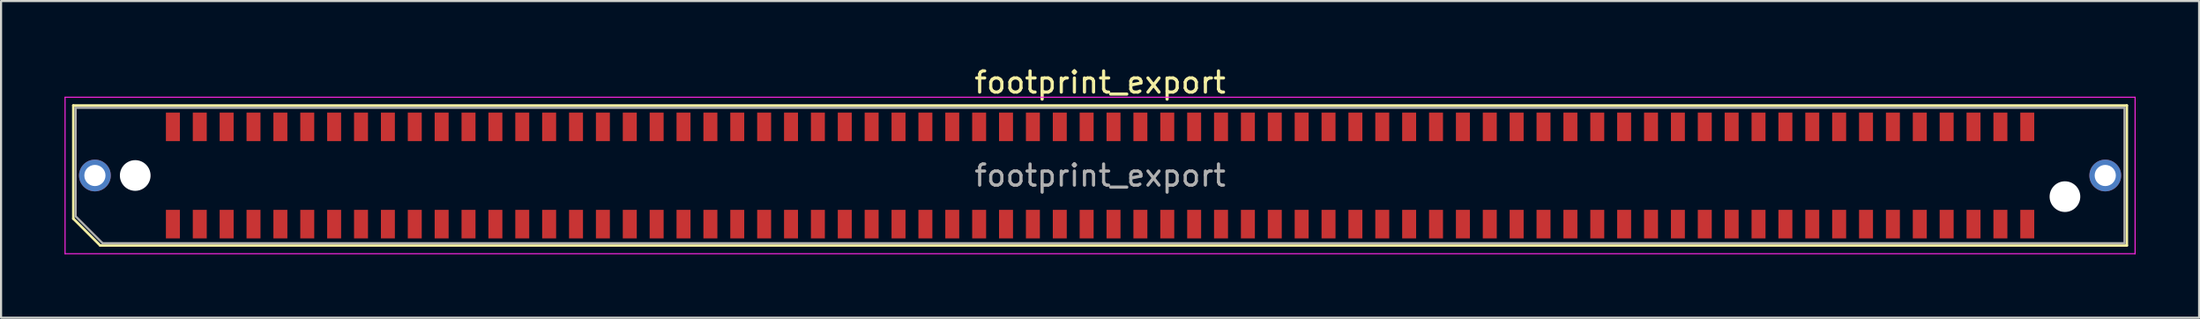
<source format=kicad_pcb>
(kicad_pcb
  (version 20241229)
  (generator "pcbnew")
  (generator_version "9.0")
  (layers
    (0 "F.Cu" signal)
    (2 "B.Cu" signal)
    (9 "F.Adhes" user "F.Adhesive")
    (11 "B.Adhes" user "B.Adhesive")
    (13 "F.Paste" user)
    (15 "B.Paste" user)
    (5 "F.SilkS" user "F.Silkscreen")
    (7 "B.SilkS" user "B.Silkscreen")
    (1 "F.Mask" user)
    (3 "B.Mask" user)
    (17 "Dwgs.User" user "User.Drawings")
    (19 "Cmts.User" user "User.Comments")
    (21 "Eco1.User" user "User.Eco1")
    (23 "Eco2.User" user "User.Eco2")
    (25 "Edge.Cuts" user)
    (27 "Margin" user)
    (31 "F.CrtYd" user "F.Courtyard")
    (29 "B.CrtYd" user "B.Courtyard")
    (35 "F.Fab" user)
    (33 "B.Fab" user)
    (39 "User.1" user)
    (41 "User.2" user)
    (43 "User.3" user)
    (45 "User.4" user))
  (footprint "footprint_export"
    (layer "F.Cu")
    (at 48.935 5.248)
    (property "Reference" "footprint_export" (at 0 -4.4 0) (layer "F.SilkS") (effects (font (size 1 1) (thickness 0.15))))
    (attr smd)
    (fp_line (start -48.52 -3.31) (end 48.52 -3.31) (stroke (width 0.12) (type solid)) (layer "F.SilkS"))
    (fp_line (start -48.52 2.04) (end -48.52 -3.31) (stroke (width 0.12) (type solid)) (layer "F.SilkS"))
    (fp_line (start -47.25 3.31) (end -48.52 2.04) (stroke (width 0.12) (type solid)) (layer "F.SilkS"))
    (fp_line (start -47.25 3.31) (end 48.52 3.31) (stroke (width 0.12) (type solid)) (layer "F.SilkS"))
    (fp_line (start 48.52 3.31) (end 48.52 -3.31) (stroke (width 0.12) (type solid)) (layer "F.SilkS"))
    (fp_line (start -48.91 -3.7) (end -48.91 3.7) (stroke (width 0.05) (type solid)) (layer "F.CrtYd"))
    (fp_line (start -48.91 3.7) (end 48.91 3.7) (stroke (width 0.05) (type solid)) (layer "F.CrtYd"))
    (fp_line (start 48.91 -3.7) (end -48.91 -3.7) (stroke (width 0.05) (type solid)) (layer "F.CrtYd"))
    (fp_line (start 48.91 3.7) (end 48.91 -3.7) (stroke (width 0.05) (type solid)) (layer "F.CrtYd"))
    (fp_line (start -48.41 -3.2) (end 48.41 -3.2) (stroke (width 0.1) (type solid)) (layer "F.Fab"))
    (fp_line (start -48.41 1.93) (end -48.41 -3.2) (stroke (width 0.1) (type solid)) (layer "F.Fab"))
    (fp_line (start -48.41 1.93) (end -47.14 3.2) (stroke (width 0.1) (type solid)) (layer "F.Fab"))
    (fp_line (start -47.14 3.2) (end 48.41 3.2) (stroke (width 0.1) (type solid)) (layer "F.Fab"))
    (fp_line (start 48.41 3.2) (end 48.41 -3.2) (stroke (width 0.1) (type solid)) (layer "F.Fab"))
    (fp_text user "${REFERENCE}" (at 0 0 0) (layer "F.Fab") (effects (font (size 1 1) (thickness 0.15))))
    (pad "" thru_hole circle (at -47.5 0) (size 1.5 1.5) (drill 1) (layers "*.Cu" "*.Mask"))
    (pad "" np_thru_hole circle (at -45.595 0) (size 1.45 1.45) (drill 1.45) (layers "*.Cu" "*.Mask"))
    (pad "" np_thru_hole circle (at 45.595 1) (size 1.45 1.45) (drill 1.45) (layers "*.Cu" "*.Mask"))
    (pad "" thru_hole circle (at 47.5 0) (size 1.5 1.5) (drill 1) (layers "*.Cu" "*.Mask"))
    (pad "1" smd rect (at -43.815 2.3) (size 0.66 1.35) (layers "F.Cu" "F.Mask" "F.Paste"))
    (pad "2" smd rect (at -43.815 -2.3) (size 0.66 1.35) (layers "F.Cu" "F.Mask" "F.Paste"))
    (pad "3" smd rect (at -42.545 2.3) (size 0.66 1.35) (layers "F.Cu" "F.Mask" "F.Paste"))
    (pad "4" smd rect (at -42.545 -2.3) (size 0.66 1.35) (layers "F.Cu" "F.Mask" "F.Paste"))
    (pad "5" smd rect (at -41.275 2.3) (size 0.66 1.35) (layers "F.Cu" "F.Mask" "F.Paste"))
    (pad "6" smd rect (at -41.275 -2.3) (size 0.66 1.35) (layers "F.Cu" "F.Mask" "F.Paste"))
    (pad "7" smd rect (at -40.005 2.3) (size 0.66 1.35) (layers "F.Cu" "F.Mask" "F.Paste"))
    (pad "8" smd rect (at -40.005 -2.3) (size 0.66 1.35) (layers "F.Cu" "F.Mask" "F.Paste"))
    (pad "9" smd rect (at -38.735 2.3) (size 0.66 1.35) (layers "F.Cu" "F.Mask" "F.Paste"))
    (pad "10" smd rect (at -38.735 -2.3) (size 0.66 1.35) (layers "F.Cu" "F.Mask" "F.Paste"))
    (pad "11" smd rect (at -37.465 2.3) (size 0.66 1.35) (layers "F.Cu" "F.Mask" "F.Paste"))
    (pad "12" smd rect (at -37.465 -2.3) (size 0.66 1.35) (layers "F.Cu" "F.Mask" "F.Paste"))
    (pad "13" smd rect (at -36.195 2.3) (size 0.66 1.35) (layers "F.Cu" "F.Mask" "F.Paste"))
    (pad "14" smd rect (at -36.195 -2.3) (size 0.66 1.35) (layers "F.Cu" "F.Mask" "F.Paste"))
    (pad "15" smd rect (at -34.925 2.3) (size 0.66 1.35) (layers "F.Cu" "F.Mask" "F.Paste"))
    (pad "16" smd rect (at -34.925 -2.3) (size 0.66 1.35) (layers "F.Cu" "F.Mask" "F.Paste"))
    (pad "17" smd rect (at -33.655 2.3) (size 0.66 1.35) (layers "F.Cu" "F.Mask" "F.Paste"))
    (pad "18" smd rect (at -33.655 -2.3) (size 0.66 1.35) (layers "F.Cu" "F.Mask" "F.Paste"))
    (pad "19" smd rect (at -32.385 2.3) (size 0.66 1.35) (layers "F.Cu" "F.Mask" "F.Paste"))
    (pad "20" smd rect (at -32.385 -2.3) (size 0.66 1.35) (layers "F.Cu" "F.Mask" "F.Paste"))
    (pad "21" smd rect (at -31.115 2.3) (size 0.66 1.35) (layers "F.Cu" "F.Mask" "F.Paste"))
    (pad "22" smd rect (at -31.115 -2.3) (size 0.66 1.35) (layers "F.Cu" "F.Mask" "F.Paste"))
    (pad "23" smd rect (at -29.845 2.3) (size 0.66 1.35) (layers "F.Cu" "F.Mask" "F.Paste"))
    (pad "24" smd rect (at -29.845 -2.3) (size 0.66 1.35) (layers "F.Cu" "F.Mask" "F.Paste"))
    (pad "25" smd rect (at -28.575 2.3) (size 0.66 1.35) (layers "F.Cu" "F.Mask" "F.Paste"))
    (pad "26" smd rect (at -28.575 -2.3) (size 0.66 1.35) (layers "F.Cu" "F.Mask" "F.Paste"))
    (pad "27" smd rect (at -27.305 2.3) (size 0.66 1.35) (layers "F.Cu" "F.Mask" "F.Paste"))
    (pad "28" smd rect (at -27.305 -2.3) (size 0.66 1.35) (layers "F.Cu" "F.Mask" "F.Paste"))
    (pad "29" smd rect (at -26.035 2.3) (size 0.66 1.35) (layers "F.Cu" "F.Mask" "F.Paste"))
    (pad "30" smd rect (at -26.035 -2.3) (size 0.66 1.35) (layers "F.Cu" "F.Mask" "F.Paste"))
    (pad "31" smd rect (at -24.765 2.3) (size 0.66 1.35) (layers "F.Cu" "F.Mask" "F.Paste"))
    (pad "32" smd rect (at -24.765 -2.3) (size 0.66 1.35) (layers "F.Cu" "F.Mask" "F.Paste"))
    (pad "33" smd rect (at -23.495 2.3) (size 0.66 1.35) (layers "F.Cu" "F.Mask" "F.Paste"))
    (pad "34" smd rect (at -23.495 -2.3) (size 0.66 1.35) (layers "F.Cu" "F.Mask" "F.Paste"))
    (pad "35" smd rect (at -22.225 2.3) (size 0.66 1.35) (layers "F.Cu" "F.Mask" "F.Paste"))
    (pad "36" smd rect (at -22.225 -2.3) (size 0.66 1.35) (layers "F.Cu" "F.Mask" "F.Paste"))
    (pad "37" smd rect (at -20.955 2.3) (size 0.66 1.35) (layers "F.Cu" "F.Mask" "F.Paste"))
    (pad "38" smd rect (at -20.955 -2.3) (size 0.66 1.35) (layers "F.Cu" "F.Mask" "F.Paste"))
    (pad "39" smd rect (at -19.685 2.3) (size 0.66 1.35) (layers "F.Cu" "F.Mask" "F.Paste"))
    (pad "40" smd rect (at -19.685 -2.3) (size 0.66 1.35) (layers "F.Cu" "F.Mask" "F.Paste"))
    (pad "41" smd rect (at -18.415 2.3) (size 0.66 1.35) (layers "F.Cu" "F.Mask" "F.Paste"))
    (pad "42" smd rect (at -18.415 -2.3) (size 0.66 1.35) (layers "F.Cu" "F.Mask" "F.Paste"))
    (pad "43" smd rect (at -17.145 2.3) (size 0.66 1.35) (layers "F.Cu" "F.Mask" "F.Paste"))
    (pad "44" smd rect (at -17.145 -2.3) (size 0.66 1.35) (layers "F.Cu" "F.Mask" "F.Paste"))
    (pad "45" smd rect (at -15.875 2.3) (size 0.66 1.35) (layers "F.Cu" "F.Mask" "F.Paste"))
    (pad "46" smd rect (at -15.875 -2.3) (size 0.66 1.35) (layers "F.Cu" "F.Mask" "F.Paste"))
    (pad "47" smd rect (at -14.605 2.3) (size 0.66 1.35) (layers "F.Cu" "F.Mask" "F.Paste"))
    (pad "48" smd rect (at -14.605 -2.3) (size 0.66 1.35) (layers "F.Cu" "F.Mask" "F.Paste"))
    (pad "49" smd rect (at -13.335 2.3) (size 0.66 1.35) (layers "F.Cu" "F.Mask" "F.Paste"))
    (pad "50" smd rect (at -13.335 -2.3) (size 0.66 1.35) (layers "F.Cu" "F.Mask" "F.Paste"))
    (pad "51" smd rect (at -12.065 2.3) (size 0.66 1.35) (layers "F.Cu" "F.Mask" "F.Paste"))
    (pad "52" smd rect (at -12.065 -2.3) (size 0.66 1.35) (layers "F.Cu" "F.Mask" "F.Paste"))
    (pad "53" smd rect (at -10.795 2.3) (size 0.66 1.35) (layers "F.Cu" "F.Mask" "F.Paste"))
    (pad "54" smd rect (at -10.795 -2.3) (size 0.66 1.35) (layers "F.Cu" "F.Mask" "F.Paste"))
    (pad "55" smd rect (at -9.525 2.3) (size 0.66 1.35) (layers "F.Cu" "F.Mask" "F.Paste"))
    (pad "56" smd rect (at -9.525 -2.3) (size 0.66 1.35) (layers "F.Cu" "F.Mask" "F.Paste"))
    (pad "57" smd rect (at -8.255 2.3) (size 0.66 1.35) (layers "F.Cu" "F.Mask" "F.Paste"))
    (pad "58" smd rect (at -8.255 -2.3) (size 0.66 1.35) (layers "F.Cu" "F.Mask" "F.Paste"))
    (pad "59" smd rect (at -6.985 2.3) (size 0.66 1.35) (layers "F.Cu" "F.Mask" "F.Paste"))
    (pad "60" smd rect (at -6.985 -2.3) (size 0.66 1.35) (layers "F.Cu" "F.Mask" "F.Paste"))
    (pad "61" smd rect (at -5.715 2.3) (size 0.66 1.35) (layers "F.Cu" "F.Mask" "F.Paste"))
    (pad "62" smd rect (at -5.715 -2.3) (size 0.66 1.35) (layers "F.Cu" "F.Mask" "F.Paste"))
    (pad "63" smd rect (at -4.445 2.3) (size 0.66 1.35) (layers "F.Cu" "F.Mask" "F.Paste"))
    (pad "64" smd rect (at -4.445 -2.3) (size 0.66 1.35) (layers "F.Cu" "F.Mask" "F.Paste"))
    (pad "65" smd rect (at -3.175 2.3) (size 0.66 1.35) (layers "F.Cu" "F.Mask" "F.Paste"))
    (pad "66" smd rect (at -3.175 -2.3) (size 0.66 1.35) (layers "F.Cu" "F.Mask" "F.Paste"))
    (pad "67" smd rect (at -1.905 2.3) (size 0.66 1.35) (layers "F.Cu" "F.Mask" "F.Paste"))
    (pad "68" smd rect (at -1.905 -2.3) (size 0.66 1.35) (layers "F.Cu" "F.Mask" "F.Paste"))
    (pad "69" smd rect (at -0.635 2.3) (size 0.66 1.35) (layers "F.Cu" "F.Mask" "F.Paste"))
    (pad "70" smd rect (at -0.635 -2.3) (size 0.66 1.35) (layers "F.Cu" "F.Mask" "F.Paste"))
    (pad "71" smd rect (at 0.635 2.3) (size 0.66 1.35) (layers "F.Cu" "F.Mask" "F.Paste"))
    (pad "72" smd rect (at 0.635 -2.3) (size 0.66 1.35) (layers "F.Cu" "F.Mask" "F.Paste"))
    (pad "73" smd rect (at 1.905 2.3) (size 0.66 1.35) (layers "F.Cu" "F.Mask" "F.Paste"))
    (pad "74" smd rect (at 1.905 -2.3) (size 0.66 1.35) (layers "F.Cu" "F.Mask" "F.Paste"))
    (pad "75" smd rect (at 3.175 2.3) (size 0.66 1.35) (layers "F.Cu" "F.Mask" "F.Paste"))
    (pad "76" smd rect (at 3.175 -2.3) (size 0.66 1.35) (layers "F.Cu" "F.Mask" "F.Paste"))
    (pad "77" smd rect (at 4.445 2.3) (size 0.66 1.35) (layers "F.Cu" "F.Mask" "F.Paste"))
    (pad "78" smd rect (at 4.445 -2.3) (size 0.66 1.35) (layers "F.Cu" "F.Mask" "F.Paste"))
    (pad "79" smd rect (at 5.715 2.3) (size 0.66 1.35) (layers "F.Cu" "F.Mask" "F.Paste"))
    (pad "80" smd rect (at 5.715 -2.3) (size 0.66 1.35) (layers "F.Cu" "F.Mask" "F.Paste"))
    (pad "81" smd rect (at 6.985 2.3) (size 0.66 1.35) (layers "F.Cu" "F.Mask" "F.Paste"))
    (pad "82" smd rect (at 6.985 -2.3) (size 0.66 1.35) (layers "F.Cu" "F.Mask" "F.Paste"))
    (pad "83" smd rect (at 8.255 2.3) (size 0.66 1.35) (layers "F.Cu" "F.Mask" "F.Paste"))
    (pad "84" smd rect (at 8.255 -2.3) (size 0.66 1.35) (layers "F.Cu" "F.Mask" "F.Paste"))
    (pad "85" smd rect (at 9.525 2.3) (size 0.66 1.35) (layers "F.Cu" "F.Mask" "F.Paste"))
    (pad "86" smd rect (at 9.525 -2.3) (size 0.66 1.35) (layers "F.Cu" "F.Mask" "F.Paste"))
    (pad "87" smd rect (at 10.795 2.3) (size 0.66 1.35) (layers "F.Cu" "F.Mask" "F.Paste"))
    (pad "88" smd rect (at 10.795 -2.3) (size 0.66 1.35) (layers "F.Cu" "F.Mask" "F.Paste"))
    (pad "89" smd rect (at 12.065 2.3) (size 0.66 1.35) (layers "F.Cu" "F.Mask" "F.Paste"))
    (pad "90" smd rect (at 12.065 -2.3) (size 0.66 1.35) (layers "F.Cu" "F.Mask" "F.Paste"))
    (pad "91" smd rect (at 13.335 2.3) (size 0.66 1.35) (layers "F.Cu" "F.Mask" "F.Paste"))
    (pad "92" smd rect (at 13.335 -2.3) (size 0.66 1.35) (layers "F.Cu" "F.Mask" "F.Paste"))
    (pad "93" smd rect (at 14.605 2.3) (size 0.66 1.35) (layers "F.Cu" "F.Mask" "F.Paste"))
    (pad "94" smd rect (at 14.605 -2.3) (size 0.66 1.35) (layers "F.Cu" "F.Mask" "F.Paste"))
    (pad "95" smd rect (at 15.875 2.3) (size 0.66 1.35) (layers "F.Cu" "F.Mask" "F.Paste"))
    (pad "96" smd rect (at 15.875 -2.3) (size 0.66 1.35) (layers "F.Cu" "F.Mask" "F.Paste"))
    (pad "97" smd rect (at 17.145 2.3) (size 0.66 1.35) (layers "F.Cu" "F.Mask" "F.Paste"))
    (pad "98" smd rect (at 17.145 -2.3) (size 0.66 1.35) (layers "F.Cu" "F.Mask" "F.Paste"))
    (pad "99" smd rect (at 18.415 2.3) (size 0.66 1.35) (layers "F.Cu" "F.Mask" "F.Paste"))
    (pad "100" smd rect (at 18.415 -2.3) (size 0.66 1.35) (layers "F.Cu" "F.Mask" "F.Paste"))
    (pad "101" smd rect (at 19.685 2.3) (size 0.66 1.35) (layers "F.Cu" "F.Mask" "F.Paste"))
    (pad "102" smd rect (at 19.685 -2.3) (size 0.66 1.35) (layers "F.Cu" "F.Mask" "F.Paste"))
    (pad "103" smd rect (at 20.955 2.3) (size 0.66 1.35) (layers "F.Cu" "F.Mask" "F.Paste"))
    (pad "104" smd rect (at 20.955 -2.3) (size 0.66 1.35) (layers "F.Cu" "F.Mask" "F.Paste"))
    (pad "105" smd rect (at 22.225 2.3) (size 0.66 1.35) (layers "F.Cu" "F.Mask" "F.Paste"))
    (pad "106" smd rect (at 22.225 -2.3) (size 0.66 1.35) (layers "F.Cu" "F.Mask" "F.Paste"))
    (pad "107" smd rect (at 23.495 2.3) (size 0.66 1.35) (layers "F.Cu" "F.Mask" "F.Paste"))
    (pad "108" smd rect (at 23.495 -2.3) (size 0.66 1.35) (layers "F.Cu" "F.Mask" "F.Paste"))
    (pad "109" smd rect (at 24.765 2.3) (size 0.66 1.35) (layers "F.Cu" "F.Mask" "F.Paste"))
    (pad "110" smd rect (at 24.765 -2.3) (size 0.66 1.35) (layers "F.Cu" "F.Mask" "F.Paste"))
    (pad "111" smd rect (at 26.035 2.3) (size 0.66 1.35) (layers "F.Cu" "F.Mask" "F.Paste"))
    (pad "112" smd rect (at 26.035 -2.3) (size 0.66 1.35) (layers "F.Cu" "F.Mask" "F.Paste"))
    (pad "113" smd rect (at 27.305 2.3) (size 0.66 1.35) (layers "F.Cu" "F.Mask" "F.Paste"))
    (pad "114" smd rect (at 27.305 -2.3) (size 0.66 1.35) (layers "F.Cu" "F.Mask" "F.Paste"))
    (pad "115" smd rect (at 28.575 2.3) (size 0.66 1.35) (layers "F.Cu" "F.Mask" "F.Paste"))
    (pad "116" smd rect (at 28.575 -2.3) (size 0.66 1.35) (layers "F.Cu" "F.Mask" "F.Paste"))
    (pad "117" smd rect (at 29.845 2.3) (size 0.66 1.35) (layers "F.Cu" "F.Mask" "F.Paste"))
    (pad "118" smd rect (at 29.845 -2.3) (size 0.66 1.35) (layers "F.Cu" "F.Mask" "F.Paste"))
    (pad "119" smd rect (at 31.115 2.3) (size 0.66 1.35) (layers "F.Cu" "F.Mask" "F.Paste"))
    (pad "120" smd rect (at 31.115 -2.3) (size 0.66 1.35) (layers "F.Cu" "F.Mask" "F.Paste"))
    (pad "121" smd rect (at 32.385 2.3) (size 0.66 1.35) (layers "F.Cu" "F.Mask" "F.Paste"))
    (pad "122" smd rect (at 32.385 -2.3) (size 0.66 1.35) (layers "F.Cu" "F.Mask" "F.Paste"))
    (pad "123" smd rect (at 33.655 2.3) (size 0.66 1.35) (layers "F.Cu" "F.Mask" "F.Paste"))
    (pad "124" smd rect (at 33.655 -2.3) (size 0.66 1.35) (layers "F.Cu" "F.Mask" "F.Paste"))
    (pad "125" smd rect (at 34.925 2.3) (size 0.66 1.35) (layers "F.Cu" "F.Mask" "F.Paste"))
    (pad "126" smd rect (at 34.925 -2.3) (size 0.66 1.35) (layers "F.Cu" "F.Mask" "F.Paste"))
    (pad "127" smd rect (at 36.195 2.3) (size 0.66 1.35) (layers "F.Cu" "F.Mask" "F.Paste"))
    (pad "128" smd rect (at 36.195 -2.3) (size 0.66 1.35) (layers "F.Cu" "F.Mask" "F.Paste"))
    (pad "129" smd rect (at 37.465 2.3) (size 0.66 1.35) (layers "F.Cu" "F.Mask" "F.Paste"))
    (pad "130" smd rect (at 37.465 -2.3) (size 0.66 1.35) (layers "F.Cu" "F.Mask" "F.Paste"))
    (pad "131" smd rect (at 38.735 2.3) (size 0.66 1.35) (layers "F.Cu" "F.Mask" "F.Paste"))
    (pad "132" smd rect (at 38.735 -2.3) (size 0.66 1.35) (layers "F.Cu" "F.Mask" "F.Paste"))
    (pad "133" smd rect (at 40.005 2.3) (size 0.66 1.35) (layers "F.Cu" "F.Mask" "F.Paste"))
    (pad "134" smd rect (at 40.005 -2.3) (size 0.66 1.35) (layers "F.Cu" "F.Mask" "F.Paste"))
    (pad "135" smd rect (at 41.275 2.3) (size 0.66 1.35) (layers "F.Cu" "F.Mask" "F.Paste"))
    (pad "136" smd rect (at 41.275 -2.3) (size 0.66 1.35) (layers "F.Cu" "F.Mask" "F.Paste"))
    (pad "137" smd rect (at 42.545 2.3) (size 0.66 1.35) (layers "F.Cu" "F.Mask" "F.Paste"))
    (pad "138" smd rect (at 42.545 -2.3) (size 0.66 1.35) (layers "F.Cu" "F.Mask" "F.Paste"))
    (pad "139" smd rect (at 43.815 2.3) (size 0.66 1.35) (layers "F.Cu" "F.Mask" "F.Paste"))
    (pad "140" smd rect (at 43.815 -2.3) (size 0.66 1.35) (layers "F.Cu" "F.Mask" "F.Paste")))
  (gr_rect
    (start -3 -3)
    (end 100.87 11.973)
    (stroke (width 0.1) (type default))
    (fill no)
    (layer "Edge.Cuts")))
</source>
